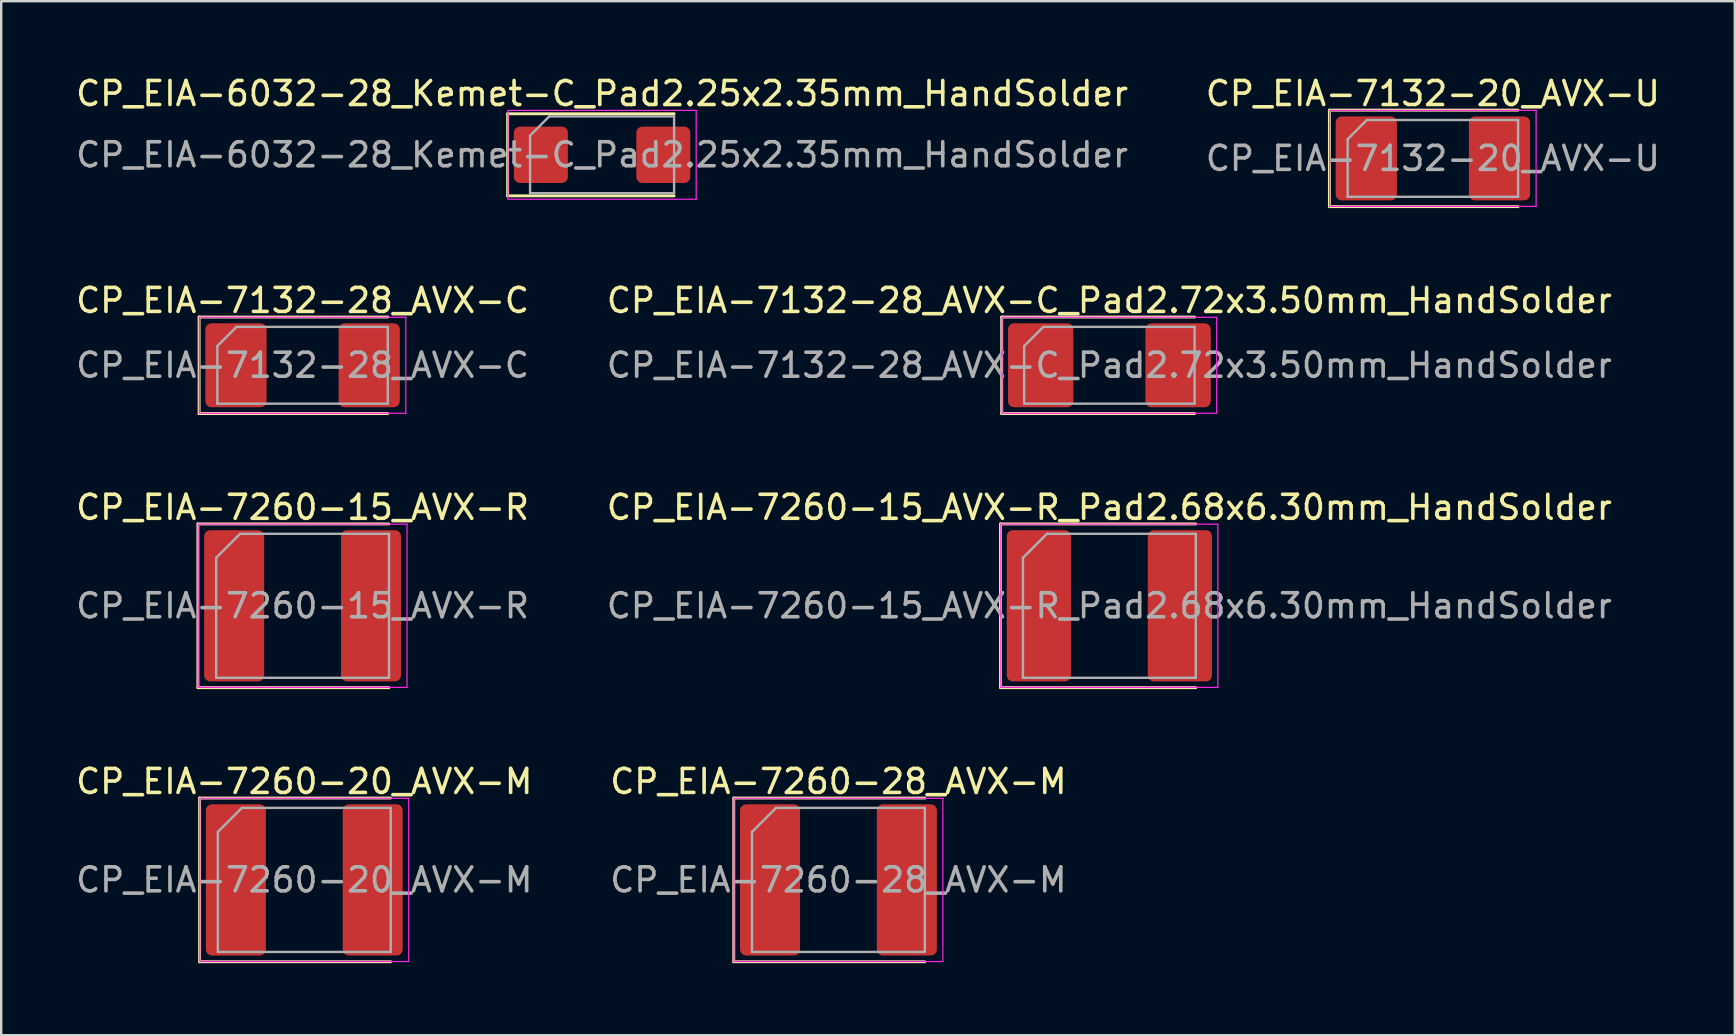
<source format=kicad_pcb>
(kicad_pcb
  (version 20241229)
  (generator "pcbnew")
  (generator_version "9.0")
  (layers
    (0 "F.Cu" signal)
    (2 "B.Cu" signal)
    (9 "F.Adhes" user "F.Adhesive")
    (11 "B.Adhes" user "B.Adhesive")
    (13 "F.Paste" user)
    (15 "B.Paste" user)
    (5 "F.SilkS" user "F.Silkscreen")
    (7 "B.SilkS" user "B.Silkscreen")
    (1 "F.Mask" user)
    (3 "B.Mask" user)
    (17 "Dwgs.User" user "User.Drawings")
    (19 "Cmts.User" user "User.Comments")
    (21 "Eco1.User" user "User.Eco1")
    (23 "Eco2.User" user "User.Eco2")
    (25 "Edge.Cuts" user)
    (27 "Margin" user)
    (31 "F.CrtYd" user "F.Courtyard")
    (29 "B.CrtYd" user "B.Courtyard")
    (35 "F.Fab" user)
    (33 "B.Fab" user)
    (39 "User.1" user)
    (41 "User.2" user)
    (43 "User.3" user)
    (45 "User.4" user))
  (footprint "CP_EIA-7260-15_AVX-R"
    (layer "F.Cu")
    (at 9.554 22.185)
    (property "Reference" "CP_EIA-7260-15_AVX-R" (at 0 -4.1 0) (layer "F.SilkS") (effects (font (size 1 1) (thickness 0.15))))
    (attr smd)
    (fp_line (start -4.36 -3.41) (end -4.36 3.41) (stroke (width 0.12) (type solid)) (layer "F.SilkS"))
    (fp_line (start -4.36 3.41) (end 3.6 3.41) (stroke (width 0.12) (type solid)) (layer "F.SilkS"))
    (fp_line (start 3.6 -3.41) (end -4.36 -3.41) (stroke (width 0.12) (type solid)) (layer "F.SilkS"))
    (fp_line (start -4.35 -3.4) (end 4.35 -3.4) (stroke (width 0.05) (type solid)) (layer "F.CrtYd"))
    (fp_line (start -4.35 3.4) (end -4.35 -3.4) (stroke (width 0.05) (type solid)) (layer "F.CrtYd"))
    (fp_line (start 4.35 -3.4) (end 4.35 3.4) (stroke (width 0.05) (type solid)) (layer "F.CrtYd"))
    (fp_line (start 4.35 3.4) (end -4.35 3.4) (stroke (width 0.05) (type solid)) (layer "F.CrtYd"))
    (fp_line (start -3.6 -2) (end -3.6 3) (stroke (width 0.1) (type solid)) (layer "F.Fab"))
    (fp_line (start -3.6 3) (end 3.6 3) (stroke (width 0.1) (type solid)) (layer "F.Fab"))
    (fp_line (start -2.6 -3) (end -3.6 -2) (stroke (width 0.1) (type solid)) (layer "F.Fab"))
    (fp_line (start 3.6 -3) (end -2.6 -3) (stroke (width 0.1) (type solid)) (layer "F.Fab"))
    (fp_line (start 3.6 3) (end 3.6 -3) (stroke (width 0.1) (type solid)) (layer "F.Fab"))
    (fp_text user "${REFERENCE}" (at 0 0 0) (layer "F.Fab") (effects (font (size 1 1) (thickness 0.15))))
    (pad "1" smd roundrect (at -2.85 0) (size 2.5 6.3) (layers "F.Cu" "F.Mask" "F.Paste") (roundrect_rratio 0.1))
    (pad "2" smd roundrect (at 2.85 0) (size 2.5 6.3) (layers "F.Cu" "F.Mask" "F.Paste") (roundrect_rratio 0.1)))
  (footprint "CP_EIA-7132-28_AVX-C"
    (layer "F.Cu")
    (at 9.554 12.166)
    (property "Reference" "CP_EIA-7132-28_AVX-C" (at 0 -2.7 0) (layer "F.SilkS") (effects (font (size 1 1) (thickness 0.15))))
    (attr smd)
    (fp_line (start -4.31 -2.01) (end -4.31 2.01) (stroke (width 0.12) (type solid)) (layer "F.SilkS"))
    (fp_line (start -4.31 2.01) (end 3.55 2.01) (stroke (width 0.12) (type solid)) (layer "F.SilkS"))
    (fp_line (start 3.55 -2.01) (end -4.31 -2.01) (stroke (width 0.12) (type solid)) (layer "F.SilkS"))
    (fp_line (start -4.3 -2) (end 4.3 -2) (stroke (width 0.05) (type solid)) (layer "F.CrtYd"))
    (fp_line (start -4.3 2) (end -4.3 -2) (stroke (width 0.05) (type solid)) (layer "F.CrtYd"))
    (fp_line (start 4.3 -2) (end 4.3 2) (stroke (width 0.05) (type solid)) (layer "F.CrtYd"))
    (fp_line (start 4.3 2) (end -4.3 2) (stroke (width 0.05) (type solid)) (layer "F.CrtYd"))
    (fp_line (start -3.55 -0.8) (end -3.55 1.6) (stroke (width 0.1) (type solid)) (layer "F.Fab"))
    (fp_line (start -3.55 1.6) (end 3.55 1.6) (stroke (width 0.1) (type solid)) (layer "F.Fab"))
    (fp_line (start -2.75 -1.6) (end -3.55 -0.8) (stroke (width 0.1) (type solid)) (layer "F.Fab"))
    (fp_line (start 3.55 -1.6) (end -2.75 -1.6) (stroke (width 0.1) (type solid)) (layer "F.Fab"))
    (fp_line (start 3.55 1.6) (end 3.55 -1.6) (stroke (width 0.1) (type solid)) (layer "F.Fab"))
    (fp_text user "${REFERENCE}" (at 0 0 0) (layer "F.Fab") (effects (font (size 1 1) (thickness 0.15))))
    (pad "1" smd roundrect (at -2.775 0) (size 2.55 3.5) (layers "F.Cu" "F.Mask" "F.Paste") (roundrect_rratio 0.098))
    (pad "2" smd roundrect (at 2.775 0) (size 2.55 3.5) (layers "F.Cu" "F.Mask" "F.Paste") (roundrect_rratio 0.098)))
  (footprint "CP_EIA-7132-28_AVX-C_Pad2.72x3.50mm_HandSolder"
    (layer "F.Cu")
    (at 43.161 12.166)
    (property "Reference" "CP_EIA-7132-28_AVX-C_Pad2.72x3.50mm_HandSolder" (at 0 -2.7 0) (layer "F.SilkS") (effects (font (size 1 1) (thickness 0.15))))
    (attr smd)
    (fp_line (start -4.485 -2.01) (end -4.485 2.01) (stroke (width 0.12) (type solid)) (layer "F.SilkS"))
    (fp_line (start -4.485 2.01) (end 3.55 2.01) (stroke (width 0.12) (type solid)) (layer "F.SilkS"))
    (fp_line (start 3.55 -2.01) (end -4.485 -2.01) (stroke (width 0.12) (type solid)) (layer "F.SilkS"))
    (fp_line (start -4.47 -2) (end 4.47 -2) (stroke (width 0.05) (type solid)) (layer "F.CrtYd"))
    (fp_line (start -4.47 2) (end -4.47 -2) (stroke (width 0.05) (type solid)) (layer "F.CrtYd"))
    (fp_line (start 4.47 -2) (end 4.47 2) (stroke (width 0.05) (type solid)) (layer "F.CrtYd"))
    (fp_line (start 4.47 2) (end -4.47 2) (stroke (width 0.05) (type solid)) (layer "F.CrtYd"))
    (fp_line (start -3.55 -0.8) (end -3.55 1.6) (stroke (width 0.1) (type solid)) (layer "F.Fab"))
    (fp_line (start -3.55 1.6) (end 3.55 1.6) (stroke (width 0.1) (type solid)) (layer "F.Fab"))
    (fp_line (start -2.75 -1.6) (end -3.55 -0.8) (stroke (width 0.1) (type solid)) (layer "F.Fab"))
    (fp_line (start 3.55 -1.6) (end -2.75 -1.6) (stroke (width 0.1) (type solid)) (layer "F.Fab"))
    (fp_line (start 3.55 1.6) (end 3.55 -1.6) (stroke (width 0.1) (type solid)) (layer "F.Fab"))
    (fp_text user "${REFERENCE}" (at 0 0 0) (layer "F.Fab") (effects (font (size 1 1) (thickness 0.15))))
    (pad "1" smd roundrect (at -2.862 0) (size 2.725 3.5) (layers "F.Cu" "F.Mask" "F.Paste") (roundrect_rratio 0.092))
    (pad "2" smd roundrect (at 2.862 0) (size 2.725 3.5) (layers "F.Cu" "F.Mask" "F.Paste") (roundrect_rratio 0.092)))
  (footprint "CP_EIA-7260-15_AVX-R_Pad2.68x6.30mm_HandSolder"
    (layer "F.Cu")
    (at 43.161 22.185)
    (property "Reference" "CP_EIA-7260-15_AVX-R_Pad2.68x6.30mm_HandSolder" (at 0 -4.1 0) (layer "F.SilkS") (effects (font (size 1 1) (thickness 0.15))))
    (attr smd)
    (fp_line (start -4.535 -3.41) (end -4.535 3.41) (stroke (width 0.12) (type solid)) (layer "F.SilkS"))
    (fp_line (start -4.535 3.41) (end 3.6 3.41) (stroke (width 0.12) (type solid)) (layer "F.SilkS"))
    (fp_line (start 3.6 -3.41) (end -4.535 -3.41) (stroke (width 0.12) (type solid)) (layer "F.SilkS"))
    (fp_line (start -4.52 -3.4) (end 4.52 -3.4) (stroke (width 0.05) (type solid)) (layer "F.CrtYd"))
    (fp_line (start -4.52 3.4) (end -4.52 -3.4) (stroke (width 0.05) (type solid)) (layer "F.CrtYd"))
    (fp_line (start 4.52 -3.4) (end 4.52 3.4) (stroke (width 0.05) (type solid)) (layer "F.CrtYd"))
    (fp_line (start 4.52 3.4) (end -4.52 3.4) (stroke (width 0.05) (type solid)) (layer "F.CrtYd"))
    (fp_line (start -3.6 -2) (end -3.6 3) (stroke (width 0.1) (type solid)) (layer "F.Fab"))
    (fp_line (start -3.6 3) (end 3.6 3) (stroke (width 0.1) (type solid)) (layer "F.Fab"))
    (fp_line (start -2.6 -3) (end -3.6 -2) (stroke (width 0.1) (type solid)) (layer "F.Fab"))
    (fp_line (start 3.6 -3) (end -2.6 -3) (stroke (width 0.1) (type solid)) (layer "F.Fab"))
    (fp_line (start 3.6 3) (end 3.6 -3) (stroke (width 0.1) (type solid)) (layer "F.Fab"))
    (fp_text user "${REFERENCE}" (at 0 0 0) (layer "F.Fab") (effects (font (size 1 1) (thickness 0.15))))
    (pad "1" smd roundrect (at -2.938 0) (size 2.675 6.3) (layers "F.Cu" "F.Mask" "F.Paste") (roundrect_rratio 0.093))
    (pad "2" smd roundrect (at 2.938 0) (size 2.675 6.3) (layers "F.Cu" "F.Mask" "F.Paste") (roundrect_rratio 0.093)))
  (footprint "CP_EIA-7260-20_AVX-M"
    (layer "F.Cu")
    (at 9.625 33.603)
    (property "Reference" "CP_EIA-7260-20_AVX-M" (at 0 -4.1 0) (layer "F.SilkS") (effects (font (size 1 1) (thickness 0.15))))
    (attr smd)
    (fp_line (start -4.36 -3.41) (end -4.36 3.41) (stroke (width 0.12) (type solid)) (layer "F.SilkS"))
    (fp_line (start -4.36 3.41) (end 3.6 3.41) (stroke (width 0.12) (type solid)) (layer "F.SilkS"))
    (fp_line (start 3.6 -3.41) (end -4.36 -3.41) (stroke (width 0.12) (type solid)) (layer "F.SilkS"))
    (fp_line (start -4.35 -3.4) (end 4.35 -3.4) (stroke (width 0.05) (type solid)) (layer "F.CrtYd"))
    (fp_line (start -4.35 3.4) (end -4.35 -3.4) (stroke (width 0.05) (type solid)) (layer "F.CrtYd"))
    (fp_line (start 4.35 -3.4) (end 4.35 3.4) (stroke (width 0.05) (type solid)) (layer "F.CrtYd"))
    (fp_line (start 4.35 3.4) (end -4.35 3.4) (stroke (width 0.05) (type solid)) (layer "F.CrtYd"))
    (fp_line (start -3.6 -2) (end -3.6 3) (stroke (width 0.1) (type solid)) (layer "F.Fab"))
    (fp_line (start -3.6 3) (end 3.6 3) (stroke (width 0.1) (type solid)) (layer "F.Fab"))
    (fp_line (start -2.6 -3) (end -3.6 -2) (stroke (width 0.1) (type solid)) (layer "F.Fab"))
    (fp_line (start 3.6 -3) (end -2.6 -3) (stroke (width 0.1) (type solid)) (layer "F.Fab"))
    (fp_line (start 3.6 3) (end 3.6 -3) (stroke (width 0.1) (type solid)) (layer "F.Fab"))
    (fp_text user "${REFERENCE}" (at 0 0 0) (layer "F.Fab") (effects (font (size 1 1) (thickness 0.15))))
    (pad "1" smd roundrect (at -2.85 0) (size 2.5 6.3) (layers "F.Cu" "F.Mask" "F.Paste") (roundrect_rratio 0.1))
    (pad "2" smd roundrect (at 2.85 0) (size 2.5 6.3) (layers "F.Cu" "F.Mask" "F.Paste") (roundrect_rratio 0.1)))
  (footprint "CP_EIA-6032-28_Kemet-C_Pad2.25x2.35mm_HandSolder"
    (layer "F.Cu")
    (at 22.03 3.398)
    (property "Reference" "CP_EIA-6032-28_Kemet-C_Pad2.25x2.35mm_HandSolder" (at 0 -2.55 0) (layer "F.SilkS") (effects (font (size 1 1) (thickness 0.15))))
    (attr smd)
    (fp_line (start -3.935 -1.71) (end -3.935 1.71) (stroke (width 0.12) (type solid)) (layer "F.SilkS"))
    (fp_line (start -3.935 1.71) (end 3 1.71) (stroke (width 0.12) (type solid)) (layer "F.SilkS"))
    (fp_line (start 3 -1.71) (end -3.935 -1.71) (stroke (width 0.12) (type solid)) (layer "F.SilkS"))
    (fp_line (start -3.92 -1.85) (end 3.92 -1.85) (stroke (width 0.05) (type solid)) (layer "F.CrtYd"))
    (fp_line (start -3.92 1.85) (end -3.92 -1.85) (stroke (width 0.05) (type solid)) (layer "F.CrtYd"))
    (fp_line (start 3.92 -1.85) (end 3.92 1.85) (stroke (width 0.05) (type solid)) (layer "F.CrtYd"))
    (fp_line (start 3.92 1.85) (end -3.92 1.85) (stroke (width 0.05) (type solid)) (layer "F.CrtYd"))
    (fp_line (start -3 -0.8) (end -3 1.6) (stroke (width 0.1) (type solid)) (layer "F.Fab"))
    (fp_line (start -3 1.6) (end 3 1.6) (stroke (width 0.1) (type solid)) (layer "F.Fab"))
    (fp_line (start -2.2 -1.6) (end -3 -0.8) (stroke (width 0.1) (type solid)) (layer "F.Fab"))
    (fp_line (start 3 -1.6) (end -2.2 -1.6) (stroke (width 0.1) (type solid)) (layer "F.Fab"))
    (fp_line (start 3 1.6) (end 3 -1.6) (stroke (width 0.1) (type solid)) (layer "F.Fab"))
    (fp_text user "${REFERENCE}" (at 0 0 0) (layer "F.Fab") (effects (font (size 1 1) (thickness 0.15))))
    (pad "1" smd roundrect (at -2.55 0) (size 2.25 2.35) (layers "F.Cu" "F.Mask" "F.Paste") (roundrect_rratio 0.111))
    (pad "2" smd roundrect (at 2.55 0) (size 2.25 2.35) (layers "F.Cu" "F.Mask" "F.Paste") (roundrect_rratio 0.111)))
  (footprint "CP_EIA-7132-20_AVX-U"
    (layer "F.Cu")
    (at 56.637 3.548)
    (property "Reference" "CP_EIA-7132-20_AVX-U" (at 0 -2.7 0) (layer "F.SilkS") (effects (font (size 1 1) (thickness 0.15))))
    (attr smd)
    (fp_line (start -4.31 -2.01) (end -4.31 2.01) (stroke (width 0.12) (type solid)) (layer "F.SilkS"))
    (fp_line (start -4.31 2.01) (end 3.55 2.01) (stroke (width 0.12) (type solid)) (layer "F.SilkS"))
    (fp_line (start 3.55 -2.01) (end -4.31 -2.01) (stroke (width 0.12) (type solid)) (layer "F.SilkS"))
    (fp_line (start -4.3 -2) (end 4.3 -2) (stroke (width 0.05) (type solid)) (layer "F.CrtYd"))
    (fp_line (start -4.3 2) (end -4.3 -2) (stroke (width 0.05) (type solid)) (layer "F.CrtYd"))
    (fp_line (start 4.3 -2) (end 4.3 2) (stroke (width 0.05) (type solid)) (layer "F.CrtYd"))
    (fp_line (start 4.3 2) (end -4.3 2) (stroke (width 0.05) (type solid)) (layer "F.CrtYd"))
    (fp_line (start -3.55 -0.8) (end -3.55 1.6) (stroke (width 0.1) (type solid)) (layer "F.Fab"))
    (fp_line (start -3.55 1.6) (end 3.55 1.6) (stroke (width 0.1) (type solid)) (layer "F.Fab"))
    (fp_line (start -2.75 -1.6) (end -3.55 -0.8) (stroke (width 0.1) (type solid)) (layer "F.Fab"))
    (fp_line (start 3.55 -1.6) (end -2.75 -1.6) (stroke (width 0.1) (type solid)) (layer "F.Fab"))
    (fp_line (start 3.55 1.6) (end 3.55 -1.6) (stroke (width 0.1) (type solid)) (layer "F.Fab"))
    (fp_text user "${REFERENCE}" (at 0 0 0) (layer "F.Fab") (effects (font (size 1 1) (thickness 0.15))))
    (pad "1" smd roundrect (at -2.775 0) (size 2.55 3.5) (layers "F.Cu" "F.Mask" "F.Paste") (roundrect_rratio 0.098))
    (pad "2" smd roundrect (at 2.775 0) (size 2.55 3.5) (layers "F.Cu" "F.Mask" "F.Paste") (roundrect_rratio 0.098)))
  (footprint "CP_EIA-7260-28_AVX-M"
    (layer "F.Cu")
    (at 31.875 33.603)
    (property "Reference" "CP_EIA-7260-28_AVX-M" (at 0 -4.1 0) (layer "F.SilkS") (effects (font (size 1 1) (thickness 0.15))))
    (attr smd)
    (fp_line (start -4.36 -3.41) (end -4.36 3.41) (stroke (width 0.12) (type solid)) (layer "F.SilkS"))
    (fp_line (start -4.36 3.41) (end 3.6 3.41) (stroke (width 0.12) (type solid)) (layer "F.SilkS"))
    (fp_line (start 3.6 -3.41) (end -4.36 -3.41) (stroke (width 0.12) (type solid)) (layer "F.SilkS"))
    (fp_line (start -4.35 -3.4) (end 4.35 -3.4) (stroke (width 0.05) (type solid)) (layer "F.CrtYd"))
    (fp_line (start -4.35 3.4) (end -4.35 -3.4) (stroke (width 0.05) (type solid)) (layer "F.CrtYd"))
    (fp_line (start 4.35 -3.4) (end 4.35 3.4) (stroke (width 0.05) (type solid)) (layer "F.CrtYd"))
    (fp_line (start 4.35 3.4) (end -4.35 3.4) (stroke (width 0.05) (type solid)) (layer "F.CrtYd"))
    (fp_line (start -3.6 -2) (end -3.6 3) (stroke (width 0.1) (type solid)) (layer "F.Fab"))
    (fp_line (start -3.6 3) (end 3.6 3) (stroke (width 0.1) (type solid)) (layer "F.Fab"))
    (fp_line (start -2.6 -3) (end -3.6 -2) (stroke (width 0.1) (type solid)) (layer "F.Fab"))
    (fp_line (start 3.6 -3) (end -2.6 -3) (stroke (width 0.1) (type solid)) (layer "F.Fab"))
    (fp_line (start 3.6 3) (end 3.6 -3) (stroke (width 0.1) (type solid)) (layer "F.Fab"))
    (fp_text user "${REFERENCE}" (at 0 0 0) (layer "F.Fab") (effects (font (size 1 1) (thickness 0.15))))
    (pad "1" smd roundrect (at -2.85 0) (size 2.5 6.3) (layers "F.Cu" "F.Mask" "F.Paste") (roundrect_rratio 0.1))
    (pad "2" smd roundrect (at 2.85 0) (size 2.5 6.3) (layers "F.Cu" "F.Mask" "F.Paste") (roundrect_rratio 0.1)))
  (gr_rect
    (start -3 -3)
    (end 69.214 40.073)
    (stroke (width 0.1) (type default))
    (fill no)
    (layer "Edge.Cuts")))
</source>
